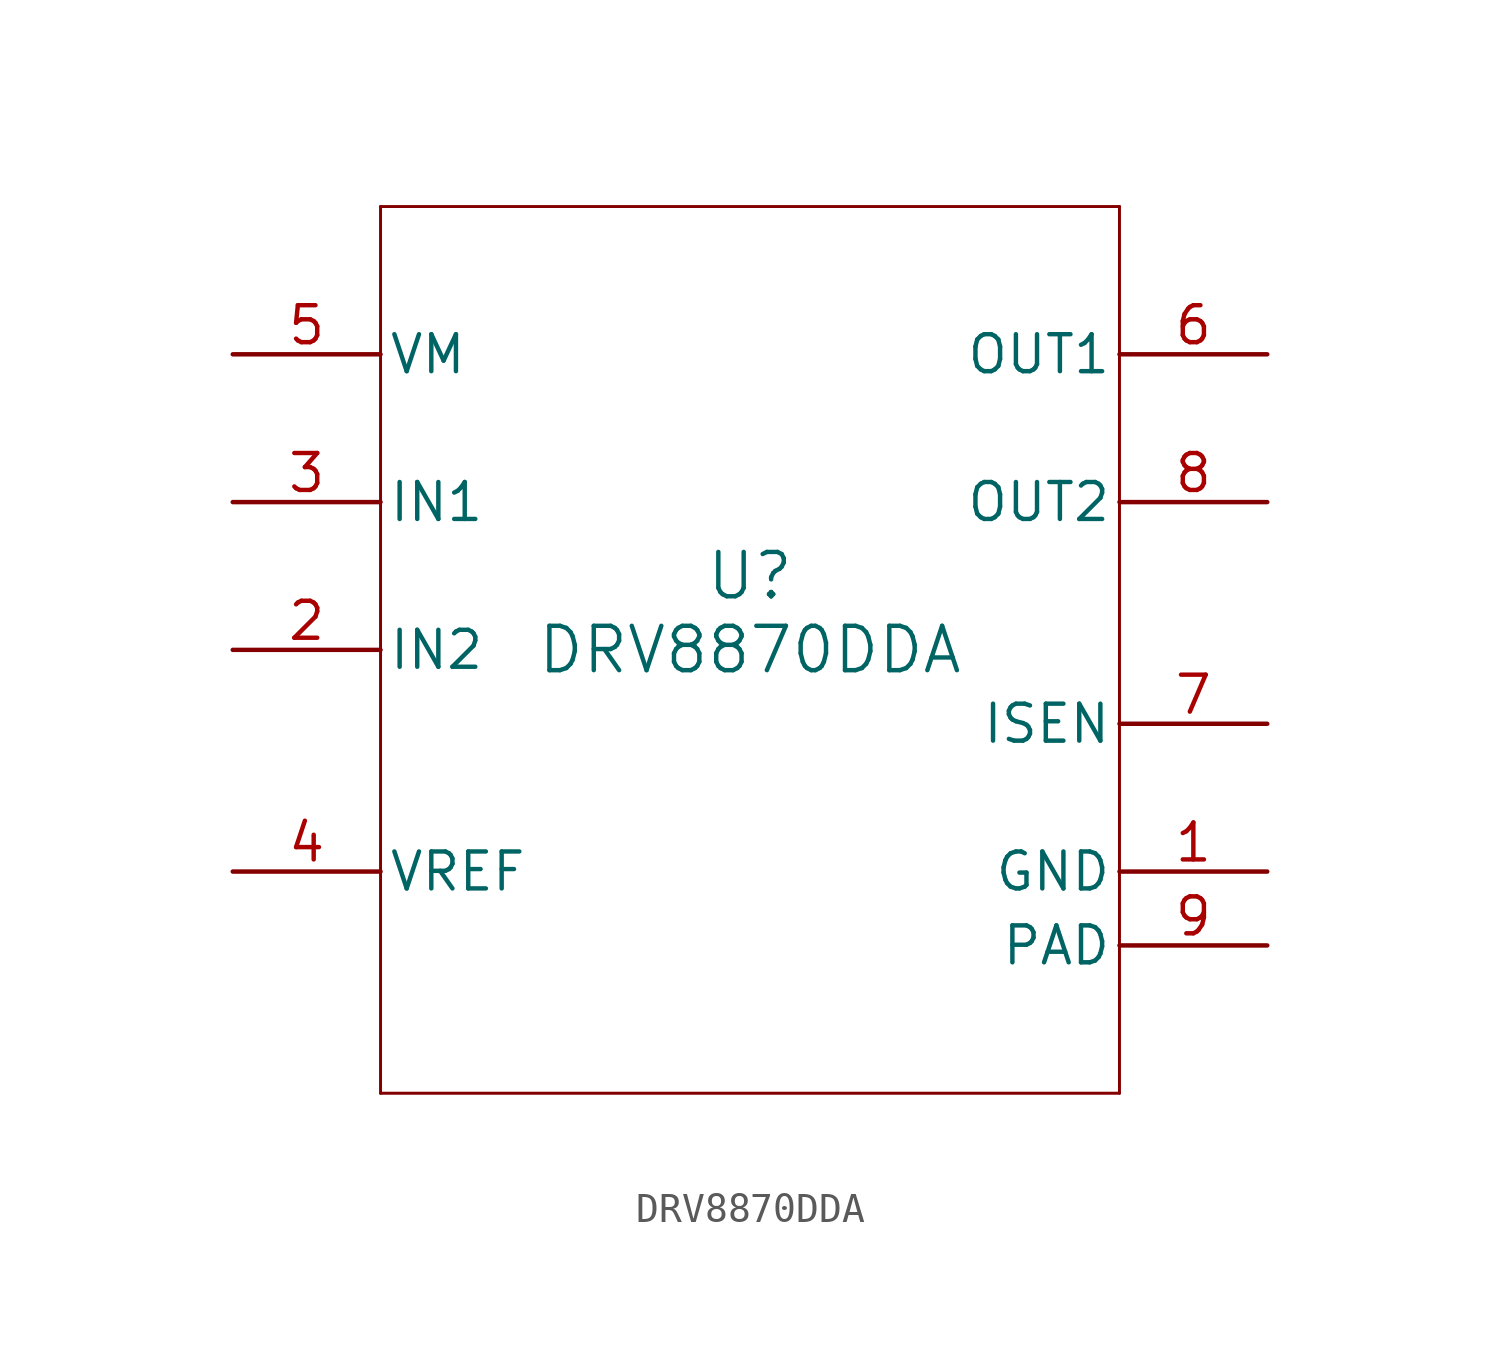
<source format=kicad_sym>
(kicad_symbol_lib
  (version 20211014)
  (generator kicad_symbol_editor)
  (symbol "DRV8870DDA"
    (pin_names
      (offset 0.254))
    (property "Reference" "U"
      (at 0 2.54 0)
      (effects (font (size 1.524 1.524))))
    (property "Value" "DRV8870DDA"
      (at 0 0 0)
      (effects (font (size 1.524 1.524))))
    (symbol "DRV8870DDA_0_1"
      (polyline (pts (xy -12.7 -15.24) (xy 12.7 -15.24)) (stroke (width 0.102) (type default) (color 0 0 0 0)) (fill (type none)))
      (polyline (pts (xy 12.7 -15.24) (xy 12.7 15.24)) (stroke (width 0.102) (type default) (color 0 0 0 0)) (fill (type none)))
      (polyline (pts (xy 12.7 15.24) (xy -12.7 15.24)) (stroke (width 0.102) (type default) (color 0 0 0 0)) (fill (type none)))
      (polyline (pts (xy -12.7 15.24) (xy -12.7 -15.24)) (stroke (width 0.102) (type default) (color 0 0 0 0)) (fill (type none)))
      (pin power_in line (at 17.78 -7.62 180) (length 5.08) (name "GND" (effects (font (size 1.27 1.27)))) (number "1" (effects (font (size 1.27 1.27)))))
      (pin input line (at -17.78 0 0) (length 5.08) (name "IN2" (effects (font (size 1.27 1.27)))) (number "2" (effects (font (size 1.27 1.27)))))
      (pin input line (at -17.78 5.08 0) (length 5.08) (name "IN1" (effects (font (size 1.27 1.27)))) (number "3" (effects (font (size 1.27 1.27)))))
      (pin input line (at -17.78 -7.62 0) (length 5.08) (name "VREF" (effects (font (size 1.27 1.27)))) (number "4" (effects (font (size 1.27 1.27)))))
      (pin power_in line (at -17.78 10.16 0) (length 5.08) (name "VM" (effects (font (size 1.27 1.27)))) (number "5" (effects (font (size 1.27 1.27)))))
      (pin output line (at 17.78 10.16 180) (length 5.08) (name "OUT1" (effects (font (size 1.27 1.27)))) (number "6" (effects (font (size 1.27 1.27)))))
      (pin input line (at 17.78 -2.54 180) (length 5.08) (name "ISEN" (effects (font (size 1.27 1.27)))) (number "7" (effects (font (size 1.27 1.27)))))
      (pin output line (at 17.78 5.08 180) (length 5.08) (name "OUT2" (effects (font (size 1.27 1.27)))) (number "8" (effects (font (size 1.27 1.27)))))
      (pin power_in line (at 17.78 -10.16 180) (length 5.08) (name "PAD" (effects (font (size 1.27 1.27)))) (number "9" (effects (font (size 1.27 1.27))))))))
</source>
